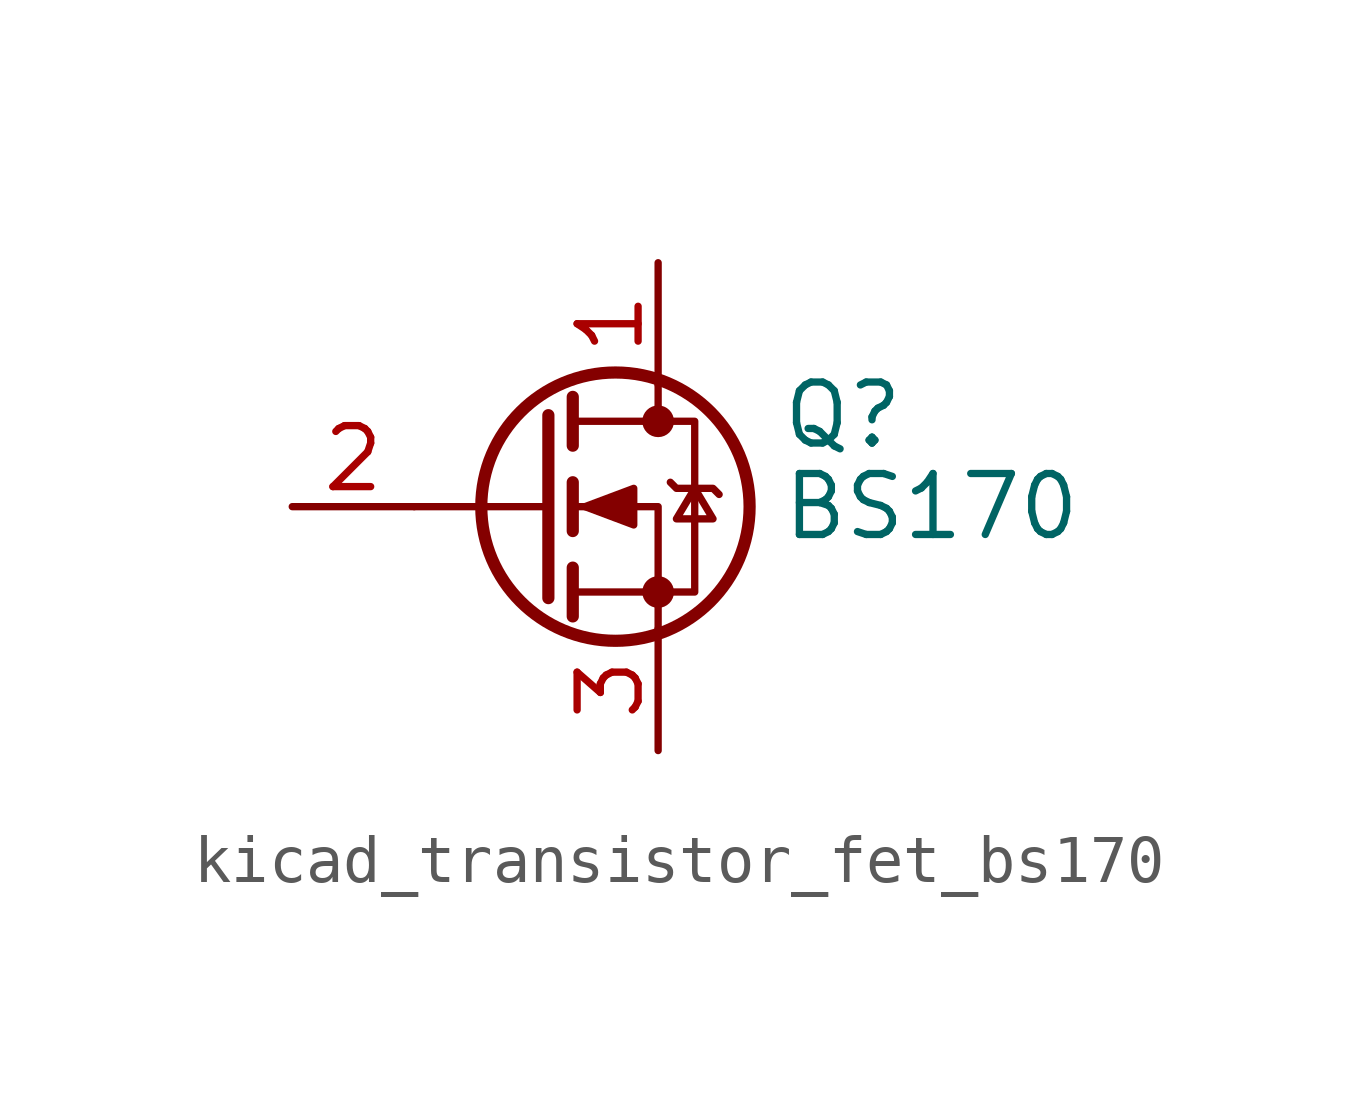
<source format=kicad_sym>
(kicad_symbol_lib
  (version 20220914)
  (generator kicad_symbol_editor)
  (symbol "kicad_transistor_fet_bs170"
    (pin_names hide)
    (property "Reference" "Q"
      (at 5.08 1.905 0)
      (effects (font (size 1.27 1.27)) (justify left)))
    (property "Value" "BS170"
      (at 5.08 0 0)
      (effects (font (size 1.27 1.27)) (justify left)))
    (symbol "kicad_transistor_fet_bs170_0_1"
      (polyline (pts (xy 0.254 0) (xy -2.54 0)) (stroke (width 0) (type default)) (fill (type none)))
      (polyline (pts (xy 0.254 1.905) (xy 0.254 -1.905)) (stroke (width 0.254) (type default)) (fill (type none)))
      (polyline (pts (xy 0.762 -1.27) (xy 0.762 -2.286)) (stroke (width 0.254) (type default)) (fill (type none)))
      (polyline (pts (xy 0.762 0.508) (xy 0.762 -0.508)) (stroke (width 0.254) (type default)) (fill (type none)))
      (polyline (pts (xy 0.762 2.286) (xy 0.762 1.27)) (stroke (width 0.254) (type default)) (fill (type none)))
      (polyline (pts (xy 2.54 2.54) (xy 2.54 1.778)) (stroke (width 0) (type default)) (fill (type none)))
      (polyline (pts (xy 2.54 -2.54) (xy 2.54 0) (xy 0.762 0)) (stroke (width 0) (type default)) (fill (type none)))
      (polyline (pts (xy 0.762 -1.778) (xy 3.302 -1.778) (xy 3.302 1.778) (xy 0.762 1.778)) (stroke (width 0) (type default)) (fill (type none)))
      (polyline (pts (xy 1.016 0) (xy 2.032 0.381) (xy 2.032 -0.381) (xy 1.016 0)) (stroke (width 0) (type default)) (fill (type outline)))
      (polyline (pts (xy 2.794 0.508) (xy 2.921 0.381) (xy 3.683 0.381) (xy 3.81 0.254)) (stroke (width 0) (type default)) (fill (type none)))
      (polyline (pts (xy 3.302 0.381) (xy 2.921 -0.254) (xy 3.683 -0.254) (xy 3.302 0.381)) (stroke (width 0) (type default)) (fill (type none)))
      (circle (center 1.651 0) (radius 2.794) (stroke (width 0.254) (type default)) (fill (type none)))
      (circle (center 2.54 -1.778) (radius 0.254) (stroke (width 0) (type default)) (fill (type outline)))
      (circle (center 2.54 1.778) (radius 0.254) (stroke (width 0) (type default)) (fill (type outline))))
    (symbol "kicad_transistor_fet_bs170_1_1"
      (pin passive line (at 2.54 5.08 270) (length 2.54) (name "D" (effects (font (size 1.27 1.27)))) (number "1" (effects (font (size 1.27 1.27)))))
      (pin input line (at -5.08 0 0) (length 2.54) (name "G" (effects (font (size 1.27 1.27)))) (number "2" (effects (font (size 1.27 1.27)))))
      (pin passive line (at 2.54 -5.08 90) (length 2.54) (name "S" (effects (font (size 1.27 1.27)))) (number "3" (effects (font (size 1.27 1.27))))))))
</source>
